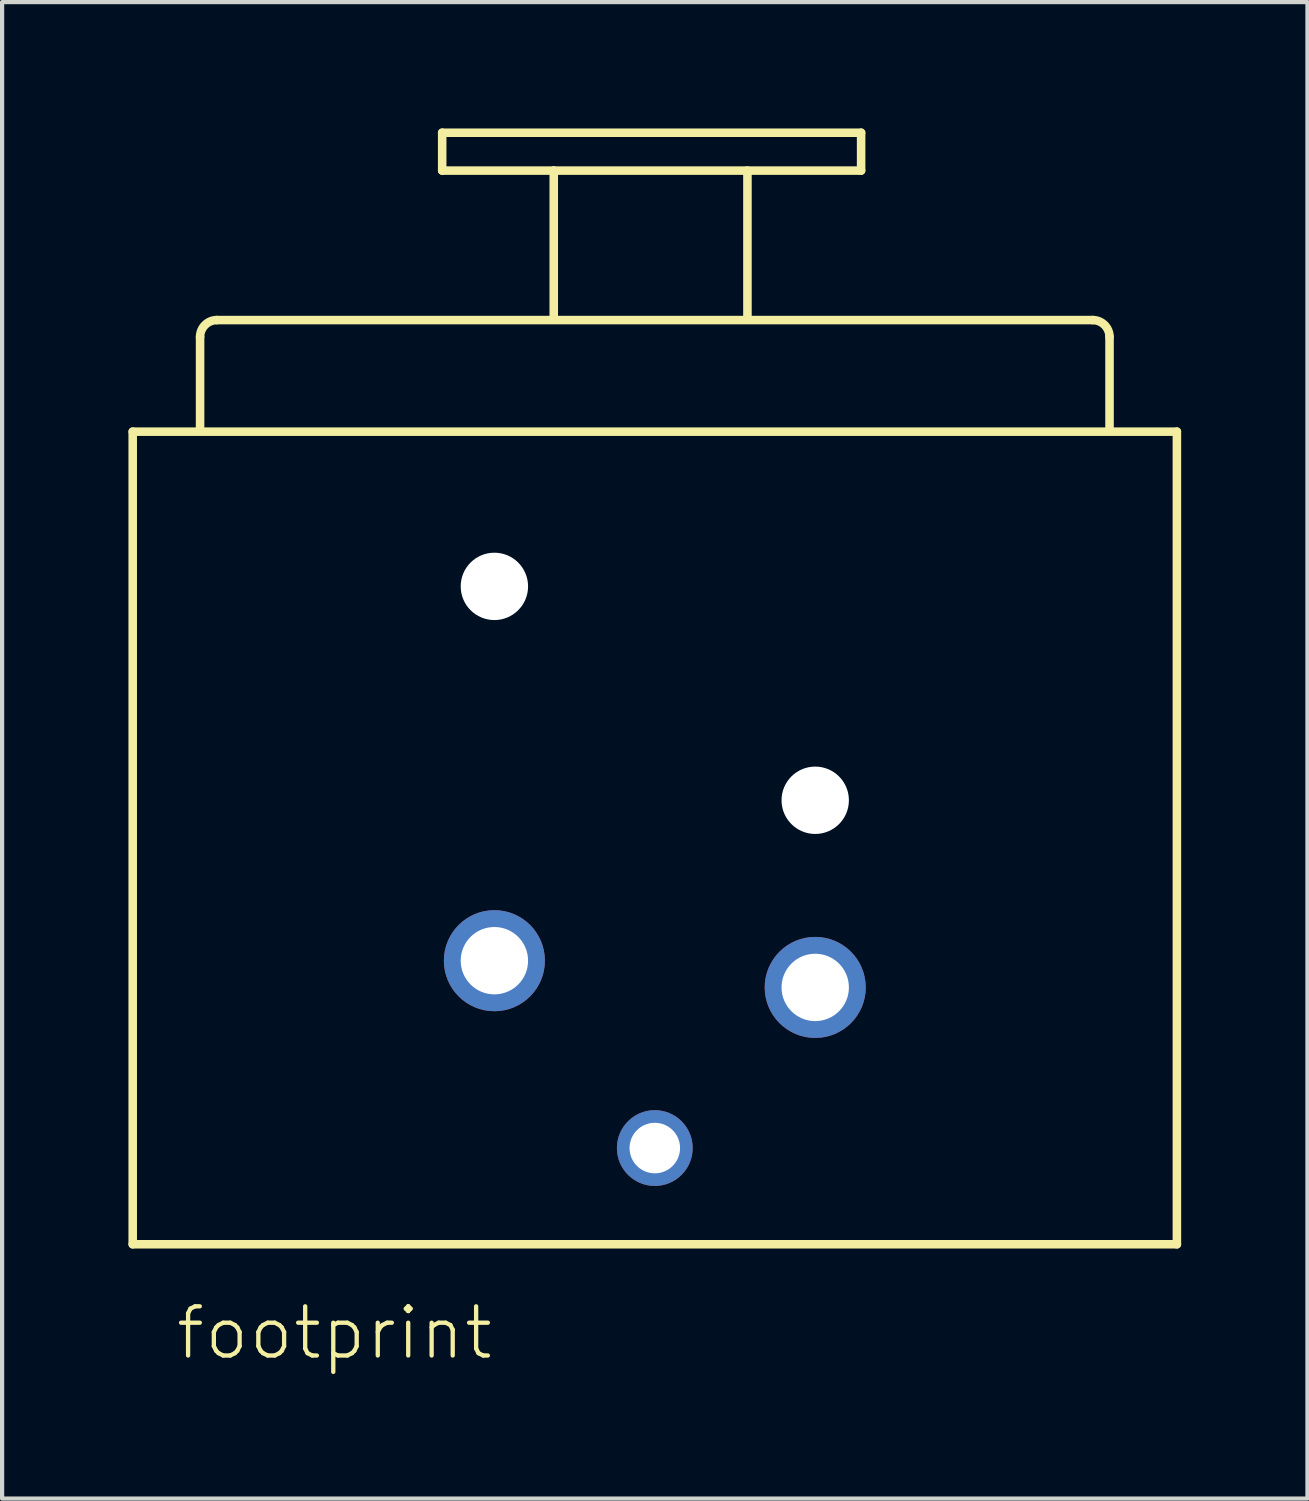
<source format=kicad_pcb>
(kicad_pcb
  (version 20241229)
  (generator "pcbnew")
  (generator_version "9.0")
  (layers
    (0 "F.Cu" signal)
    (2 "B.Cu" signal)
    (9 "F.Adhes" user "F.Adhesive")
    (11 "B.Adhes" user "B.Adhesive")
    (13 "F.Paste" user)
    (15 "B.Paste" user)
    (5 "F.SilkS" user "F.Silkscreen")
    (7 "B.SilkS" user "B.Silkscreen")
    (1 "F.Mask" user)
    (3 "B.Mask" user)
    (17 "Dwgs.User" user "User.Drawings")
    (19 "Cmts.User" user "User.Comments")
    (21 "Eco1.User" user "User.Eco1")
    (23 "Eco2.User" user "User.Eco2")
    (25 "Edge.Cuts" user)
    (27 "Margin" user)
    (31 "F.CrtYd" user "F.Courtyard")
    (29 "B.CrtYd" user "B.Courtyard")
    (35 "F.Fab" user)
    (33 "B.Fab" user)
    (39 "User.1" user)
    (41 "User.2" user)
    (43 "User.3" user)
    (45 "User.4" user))
  (footprint "footprint"
    (layer "F.Cu")
    (at 12.502 20.402)
    (property "Reference" "footprint" (at -11.43 8.89 0) (layer "F.SilkS") (effects (font (size 1.168 1.168) (thickness 0.102)) (justify left bottom)))
    (fp_line (start -12.4 -13.2) (end 12.4 -13.2) (stroke (width 0.203) (type solid)) (layer "F.SilkS"))
    (fp_line (start -12.4 6.1) (end -12.4 -13.2) (stroke (width 0.203) (type solid)) (layer "F.SilkS"))
    (fp_line (start -10.8 -13.3) (end -10.8 -15.45) (stroke (width 0.203) (type solid)) (layer "F.SilkS"))
    (fp_line (start -10.4 -15.85) (end 10.4 -15.85) (stroke (width 0.203) (type solid)) (layer "F.SilkS"))
    (fp_line (start -5.05 -20.3) (end 4.9 -20.3) (stroke (width 0.203) (type solid)) (layer "F.SilkS"))
    (fp_line (start -5.05 -19.4) (end -5.05 -20.3) (stroke (width 0.203) (type solid)) (layer "F.SilkS"))
    (fp_line (start -2.4 -19.4) (end -5.05 -19.4) (stroke (width 0.203) (type solid)) (layer "F.SilkS"))
    (fp_line (start -2.4 -19.4) (end 2.15 -19.4) (stroke (width 0.203) (type solid)) (layer "F.SilkS"))
    (fp_line (start -2.4 -15.95) (end -2.4 -19.4) (stroke (width 0.203) (type solid)) (layer "F.SilkS"))
    (fp_line (start 2.2 -19.4) (end 2.2 -15.95) (stroke (width 0.203) (type solid)) (layer "F.SilkS"))
    (fp_line (start 4.9 -20.3) (end 4.9 -19.4) (stroke (width 0.203) (type solid)) (layer "F.SilkS"))
    (fp_line (start 4.9 -19.4) (end 2.2 -19.4) (stroke (width 0.203) (type solid)) (layer "F.SilkS"))
    (fp_line (start 10.8 -15.45) (end 10.8 -13.3) (stroke (width 0.203) (type solid)) (layer "F.SilkS"))
    (fp_line (start 12.4 -13.2) (end 12.4 6.1) (stroke (width 0.203) (type solid)) (layer "F.SilkS"))
    (fp_line (start 12.4 6.1) (end -12.4 6.1) (stroke (width 0.203) (type solid)) (layer "F.SilkS"))
    (fp_arc (start -10.8 -15.45) (mid -10.682843 -15.732843) (end -10.4 -15.85) (stroke (width 0.2032) (type solid)) (layer "F.SilkS"))
    (fp_arc (start 10.4 -15.85) (mid 10.682843 -15.732843) (end 10.8 -15.45) (stroke (width 0.2032) (type solid)) (layer "F.SilkS"))
    (pad "" np_thru_hole circle (at -3.81 -9.525) (size 1.6 1.6) (drill 1.6) (layers "*.Cu" "*.Mask"))
    (pad "" np_thru_hole circle (at 3.81 -4.445) (size 1.6 1.6) (drill 1.6) (layers "*.Cu" "*.Mask"))
    (pad "1+G" thru_hole circle (at -3.81 -0.635) (size 2.4 2.4) (drill 1.6) (layers "*.Cu" "*.Mask"))
    (pad "2" thru_hole circle (at 3.81 0) (size 2.4 2.4) (drill 1.6) (layers "*.Cu" "*.Mask"))
    (pad "3" thru_hole circle (at 0 3.815) (size 1.8 1.8) (drill 1.2) (layers "*.Cu" "*.Mask")))
  (gr_rect
    (start -3 -3)
    (end 28.003 32.542)
    (stroke (width 0.1) (type default))
    (fill no)
    (layer "Edge.Cuts")))
</source>
